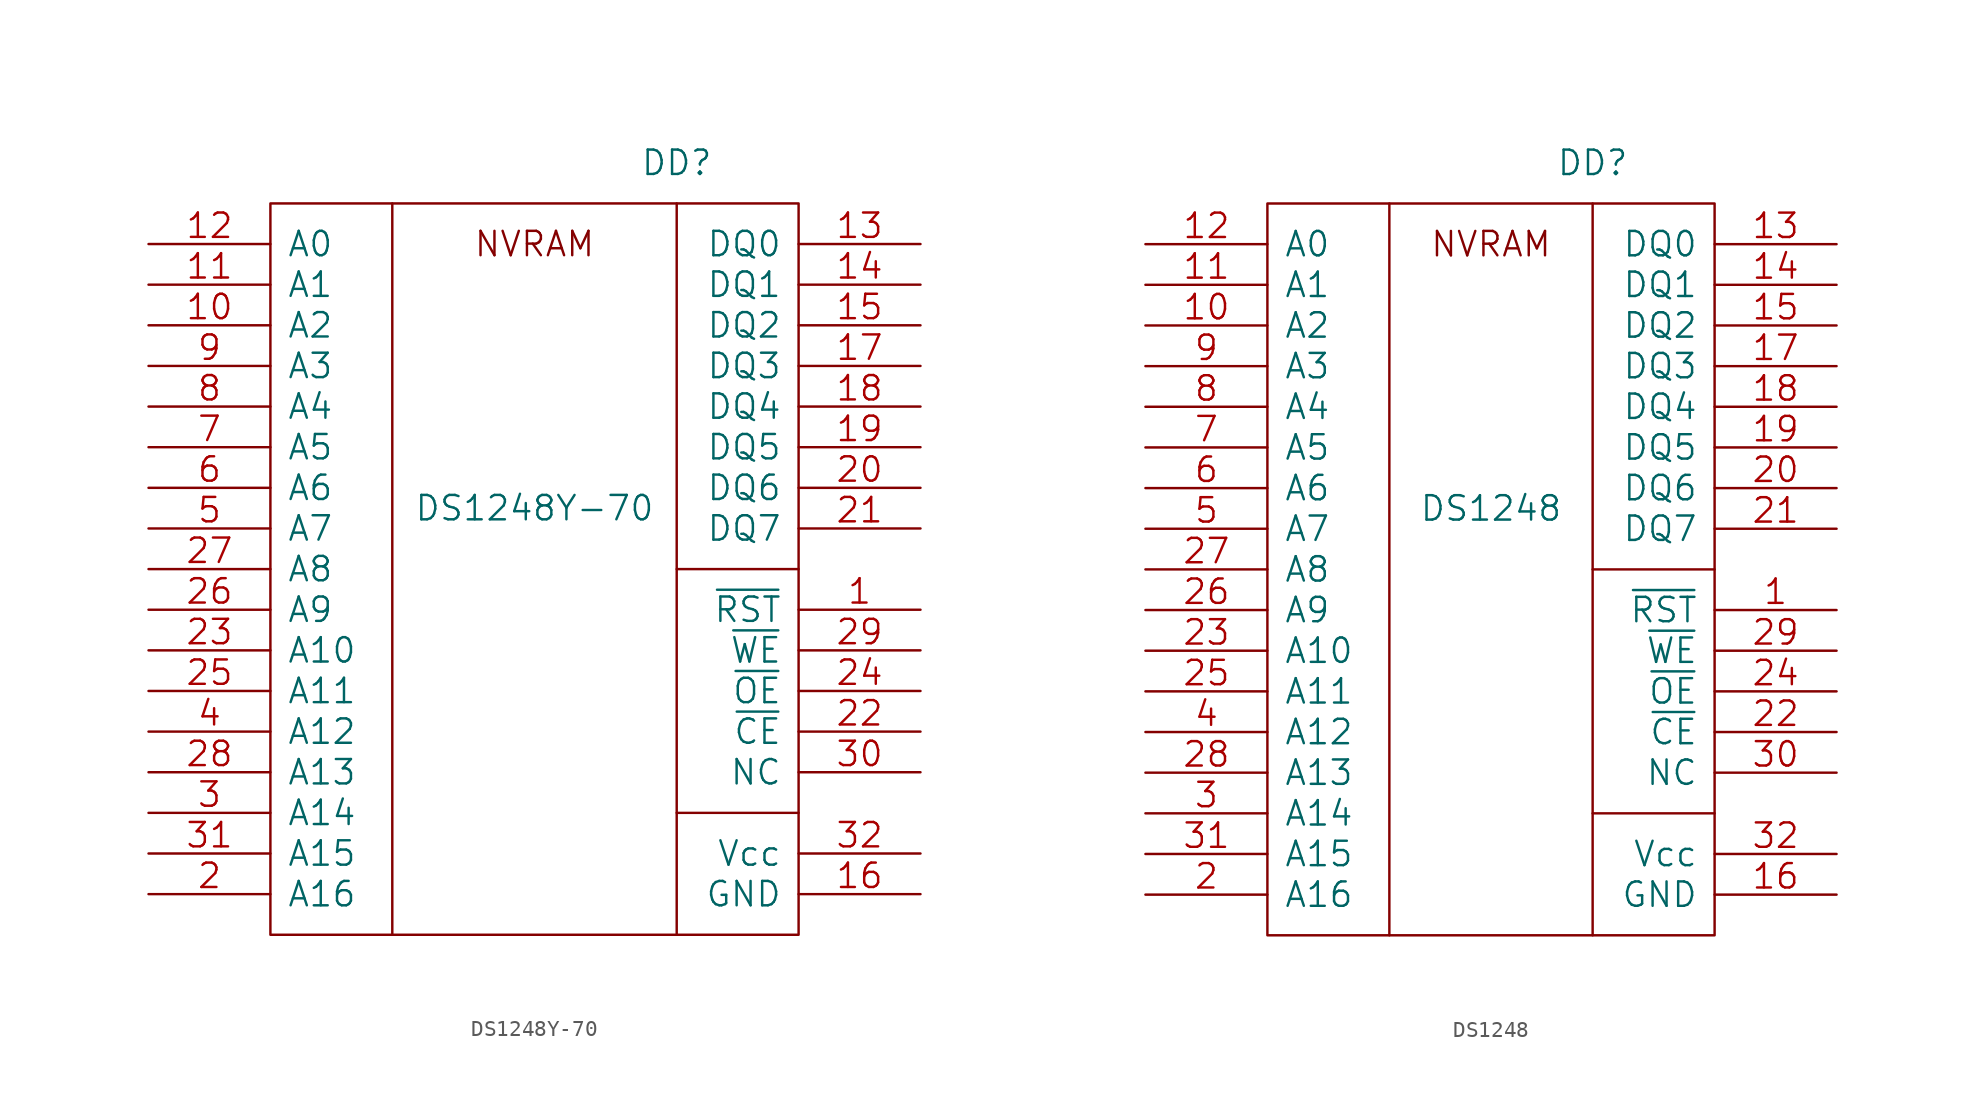
<source format=kicad_sym>
(kicad_symbol_lib
  (version 20211014)
  (generator kicad_symbol_editor)
  (symbol "DS1248Y-70"
    (pin_names
      (offset 1.016))
    (property "Reference" "DD"
      (at 25.4 2.54 0)
      (effects (font (size 1.524 1.524))))
    (property "Value" "DS1248Y-70"
      (at 16.51 -19.05 0)
      (effects (font (size 1.524 1.524))))
    (property "Footprint" ""
      (at 0 0 0)
      (effects (font (size 1.524 1.524))))
    (property "Datasheet" ""
      (at 0 0 0)
      (effects (font (size 1.524 1.524))))
    (symbol "DS1248Y-70_0_0"
      (polyline (pts (xy 7.62 0) (xy 7.62 -45.72)) (stroke (width 0) (type default) (color 0 0 0 0)) (fill (type none)))
      (polyline (pts (xy 25.4 0) (xy 25.4 -45.72)) (stroke (width 0) (type default) (color 0 0 0 0)) (fill (type none)))
      (polyline (pts (xy 33.02 -38.1) (xy 25.4 -38.1)) (stroke (width 0) (type default) (color 0 0 0 0)) (fill (type none)))
      (polyline (pts (xy 33.02 -22.86) (xy 25.4 -22.86)) (stroke (width 0) (type default) (color 0 0 0 0)) (fill (type none)))
      (rectangle (start 0 0) (end 33.02 -45.72) (stroke (width 0) (type default) (color 0 0 0 0)) (fill (type none)))
      (text "NVRAM" (at 16.51 -2.54 0) (effects (font (size 1.524 1.524))))
      (pin input line (at 40.64 -25.4 180) (length 7.62) (name "~{RST}" (effects (font (size 1.524 1.524)))) (number "1" (effects (font (size 1.524 1.524)))))
      (pin input line (at -7.62 -7.62 0) (length 7.62) (name "A2" (effects (font (size 1.524 1.524)))) (number "10" (effects (font (size 1.524 1.524)))))
      (pin input line (at -7.62 -5.08 0) (length 7.62) (name "A1" (effects (font (size 1.524 1.524)))) (number "11" (effects (font (size 1.524 1.524)))))
      (pin input line (at -7.62 -2.54 0) (length 7.62) (name "A0" (effects (font (size 1.524 1.524)))) (number "12" (effects (font (size 1.524 1.524)))))
      (pin input line (at 40.64 -2.54 180) (length 7.62) (name "DQ0" (effects (font (size 1.524 1.524)))) (number "13" (effects (font (size 1.524 1.524)))))
      (pin input line (at 40.64 -5.08 180) (length 7.62) (name "DQ1" (effects (font (size 1.524 1.524)))) (number "14" (effects (font (size 1.524 1.524)))))
      (pin input line (at 40.64 -7.62 180) (length 7.62) (name "DQ2" (effects (font (size 1.524 1.524)))) (number "15" (effects (font (size 1.524 1.524)))))
      (pin input line (at 40.64 -43.18 180) (length 7.62) (name "GND" (effects (font (size 1.524 1.524)))) (number "16" (effects (font (size 1.524 1.524)))))
      (pin input line (at 40.64 -10.16 180) (length 7.62) (name "DQ3" (effects (font (size 1.524 1.524)))) (number "17" (effects (font (size 1.524 1.524)))))
      (pin input line (at 40.64 -12.7 180) (length 7.62) (name "DQ4" (effects (font (size 1.524 1.524)))) (number "18" (effects (font (size 1.524 1.524)))))
      (pin input line (at 40.64 -15.24 180) (length 7.62) (name "DQ5" (effects (font (size 1.524 1.524)))) (number "19" (effects (font (size 1.524 1.524)))))
      (pin input line (at -7.62 -43.18 0) (length 7.62) (name "A16" (effects (font (size 1.524 1.524)))) (number "2" (effects (font (size 1.524 1.524)))))
      (pin input line (at 40.64 -17.78 180) (length 7.62) (name "DQ6" (effects (font (size 1.524 1.524)))) (number "20" (effects (font (size 1.524 1.524)))))
      (pin input line (at 40.64 -20.32 180) (length 7.62) (name "DQ7" (effects (font (size 1.524 1.524)))) (number "21" (effects (font (size 1.524 1.524)))))
      (pin input line (at 40.64 -33.02 180) (length 7.62) (name "~{CE}" (effects (font (size 1.524 1.524)))) (number "22" (effects (font (size 1.524 1.524)))))
      (pin input line (at -7.62 -27.94 0) (length 7.62) (name "A10" (effects (font (size 1.524 1.524)))) (number "23" (effects (font (size 1.524 1.524)))))
      (pin input line (at 40.64 -30.48 180) (length 7.62) (name "~{OE}" (effects (font (size 1.524 1.524)))) (number "24" (effects (font (size 1.524 1.524)))))
      (pin input line (at -7.62 -30.48 0) (length 7.62) (name "A11" (effects (font (size 1.524 1.524)))) (number "25" (effects (font (size 1.524 1.524)))))
      (pin input line (at -7.62 -25.4 0) (length 7.62) (name "A9" (effects (font (size 1.524 1.524)))) (number "26" (effects (font (size 1.524 1.524)))))
      (pin input line (at -7.62 -22.86 0) (length 7.62) (name "A8" (effects (font (size 1.524 1.524)))) (number "27" (effects (font (size 1.524 1.524)))))
      (pin input line (at -7.62 -35.56 0) (length 7.62) (name "A13" (effects (font (size 1.524 1.524)))) (number "28" (effects (font (size 1.524 1.524)))))
      (pin input line (at 40.64 -27.94 180) (length 7.62) (name "~{WE}" (effects (font (size 1.524 1.524)))) (number "29" (effects (font (size 1.524 1.524)))))
      (pin input line (at -7.62 -38.1 0) (length 7.62) (name "A14" (effects (font (size 1.524 1.524)))) (number "3" (effects (font (size 1.524 1.524)))))
      (pin input line (at 40.64 -35.56 180) (length 7.62) (name "NC" (effects (font (size 1.524 1.524)))) (number "30" (effects (font (size 1.524 1.524)))))
      (pin input line (at -7.62 -40.64 0) (length 7.62) (name "A15" (effects (font (size 1.524 1.524)))) (number "31" (effects (font (size 1.524 1.524)))))
      (pin input line (at 40.64 -40.64 180) (length 7.62) (name "Vcc" (effects (font (size 1.524 1.524)))) (number "32" (effects (font (size 1.524 1.524)))))
      (pin input line (at -7.62 -33.02 0) (length 7.62) (name "A12" (effects (font (size 1.524 1.524)))) (number "4" (effects (font (size 1.524 1.524)))))
      (pin input line (at -7.62 -20.32 0) (length 7.62) (name "A7" (effects (font (size 1.524 1.524)))) (number "5" (effects (font (size 1.524 1.524)))))
      (pin input line (at -7.62 -17.78 0) (length 7.62) (name "A6" (effects (font (size 1.524 1.524)))) (number "6" (effects (font (size 1.524 1.524)))))
      (pin input line (at -7.62 -15.24 0) (length 7.62) (name "A5" (effects (font (size 1.524 1.524)))) (number "7" (effects (font (size 1.524 1.524)))))
      (pin input line (at -7.62 -12.7 0) (length 7.62) (name "A4" (effects (font (size 1.524 1.524)))) (number "8" (effects (font (size 1.524 1.524)))))
      (pin input line (at -7.62 -10.16 0) (length 7.62) (name "A3" (effects (font (size 1.524 1.524)))) (number "9" (effects (font (size 1.524 1.524)))))))
  (symbol "DS1248"
    (pin_names
      (offset 1.016))
    (property "Reference" "DD"
      (at 20.32 2.54 0)
      (effects (font (size 1.524 1.524))))
    (property "Value" "DS1248"
      (at 13.97 -19.05 0)
      (effects (font (size 1.524 1.524))))
    (property "Footprint" ""
      (at 0 0 0)
      (effects (font (size 1.524 1.524))))
    (property "Datasheet" ""
      (at 0 0 0)
      (effects (font (size 1.524 1.524))))
    (symbol "DS1248_0_0"
      (polyline (pts (xy 7.62 0) (xy 7.62 -45.72)) (stroke (width 0) (type default) (color 0 0 0 0)) (fill (type none)))
      (polyline (pts (xy 20.32 0) (xy 20.32 -45.72)) (stroke (width 0) (type default) (color 0 0 0 0)) (fill (type none)))
      (polyline (pts (xy 27.94 -38.1) (xy 20.32 -38.1)) (stroke (width 0) (type default) (color 0 0 0 0)) (fill (type none)))
      (polyline (pts (xy 27.94 -22.86) (xy 20.32 -22.86)) (stroke (width 0) (type default) (color 0 0 0 0)) (fill (type none)))
      (rectangle (start 0 0) (end 27.94 -45.72) (stroke (width 0) (type default) (color 0 0 0 0)) (fill (type none)))
      (text "NVRAM" (at 13.97 -2.54 0) (effects (font (size 1.524 1.524))))
      (pin input line (at 35.56 -25.4 180) (length 7.62) (name "~{RST}" (effects (font (size 1.524 1.524)))) (number "1" (effects (font (size 1.524 1.524)))))
      (pin input line (at -7.62 -7.62 0) (length 7.62) (name "A2" (effects (font (size 1.524 1.524)))) (number "10" (effects (font (size 1.524 1.524)))))
      (pin input line (at -7.62 -5.08 0) (length 7.62) (name "A1" (effects (font (size 1.524 1.524)))) (number "11" (effects (font (size 1.524 1.524)))))
      (pin input line (at -7.62 -2.54 0) (length 7.62) (name "A0" (effects (font (size 1.524 1.524)))) (number "12" (effects (font (size 1.524 1.524)))))
      (pin input line (at 35.56 -2.54 180) (length 7.62) (name "DQ0" (effects (font (size 1.524 1.524)))) (number "13" (effects (font (size 1.524 1.524)))))
      (pin input line (at 35.56 -5.08 180) (length 7.62) (name "DQ1" (effects (font (size 1.524 1.524)))) (number "14" (effects (font (size 1.524 1.524)))))
      (pin input line (at 35.56 -7.62 180) (length 7.62) (name "DQ2" (effects (font (size 1.524 1.524)))) (number "15" (effects (font (size 1.524 1.524)))))
      (pin input line (at 35.56 -43.18 180) (length 7.62) (name "GND" (effects (font (size 1.524 1.524)))) (number "16" (effects (font (size 1.524 1.524)))))
      (pin input line (at 35.56 -10.16 180) (length 7.62) (name "DQ3" (effects (font (size 1.524 1.524)))) (number "17" (effects (font (size 1.524 1.524)))))
      (pin input line (at 35.56 -12.7 180) (length 7.62) (name "DQ4" (effects (font (size 1.524 1.524)))) (number "18" (effects (font (size 1.524 1.524)))))
      (pin input line (at 35.56 -15.24 180) (length 7.62) (name "DQ5" (effects (font (size 1.524 1.524)))) (number "19" (effects (font (size 1.524 1.524)))))
      (pin input line (at -7.62 -43.18 0) (length 7.62) (name "A16" (effects (font (size 1.524 1.524)))) (number "2" (effects (font (size 1.524 1.524)))))
      (pin input line (at 35.56 -17.78 180) (length 7.62) (name "DQ6" (effects (font (size 1.524 1.524)))) (number "20" (effects (font (size 1.524 1.524)))))
      (pin input line (at 35.56 -20.32 180) (length 7.62) (name "DQ7" (effects (font (size 1.524 1.524)))) (number "21" (effects (font (size 1.524 1.524)))))
      (pin input line (at 35.56 -33.02 180) (length 7.62) (name "~{CE}" (effects (font (size 1.524 1.524)))) (number "22" (effects (font (size 1.524 1.524)))))
      (pin input line (at -7.62 -27.94 0) (length 7.62) (name "A10" (effects (font (size 1.524 1.524)))) (number "23" (effects (font (size 1.524 1.524)))))
      (pin input line (at 35.56 -30.48 180) (length 7.62) (name "~{OE}" (effects (font (size 1.524 1.524)))) (number "24" (effects (font (size 1.524 1.524)))))
      (pin input line (at -7.62 -30.48 0) (length 7.62) (name "A11" (effects (font (size 1.524 1.524)))) (number "25" (effects (font (size 1.524 1.524)))))
      (pin input line (at -7.62 -25.4 0) (length 7.62) (name "A9" (effects (font (size 1.524 1.524)))) (number "26" (effects (font (size 1.524 1.524)))))
      (pin input line (at -7.62 -22.86 0) (length 7.62) (name "A8" (effects (font (size 1.524 1.524)))) (number "27" (effects (font (size 1.524 1.524)))))
      (pin input line (at -7.62 -35.56 0) (length 7.62) (name "A13" (effects (font (size 1.524 1.524)))) (number "28" (effects (font (size 1.524 1.524)))))
      (pin input line (at 35.56 -27.94 180) (length 7.62) (name "~{WE}" (effects (font (size 1.524 1.524)))) (number "29" (effects (font (size 1.524 1.524)))))
      (pin input line (at -7.62 -38.1 0) (length 7.62) (name "A14" (effects (font (size 1.524 1.524)))) (number "3" (effects (font (size 1.524 1.524)))))
      (pin input line (at 35.56 -35.56 180) (length 7.62) (name "NC" (effects (font (size 1.524 1.524)))) (number "30" (effects (font (size 1.524 1.524)))))
      (pin input line (at -7.62 -40.64 0) (length 7.62) (name "A15" (effects (font (size 1.524 1.524)))) (number "31" (effects (font (size 1.524 1.524)))))
      (pin input line (at 35.56 -40.64 180) (length 7.62) (name "Vcc" (effects (font (size 1.524 1.524)))) (number "32" (effects (font (size 1.524 1.524)))))
      (pin input line (at -7.62 -33.02 0) (length 7.62) (name "A12" (effects (font (size 1.524 1.524)))) (number "4" (effects (font (size 1.524 1.524)))))
      (pin input line (at -7.62 -20.32 0) (length 7.62) (name "A7" (effects (font (size 1.524 1.524)))) (number "5" (effects (font (size 1.524 1.524)))))
      (pin input line (at -7.62 -17.78 0) (length 7.62) (name "A6" (effects (font (size 1.524 1.524)))) (number "6" (effects (font (size 1.524 1.524)))))
      (pin input line (at -7.62 -15.24 0) (length 7.62) (name "A5" (effects (font (size 1.524 1.524)))) (number "7" (effects (font (size 1.524 1.524)))))
      (pin input line (at -7.62 -12.7 0) (length 7.62) (name "A4" (effects (font (size 1.524 1.524)))) (number "8" (effects (font (size 1.524 1.524)))))
      (pin input line (at -7.62 -10.16 0) (length 7.62) (name "A3" (effects (font (size 1.524 1.524)))) (number "9" (effects (font (size 1.524 1.524))))))))
</source>
